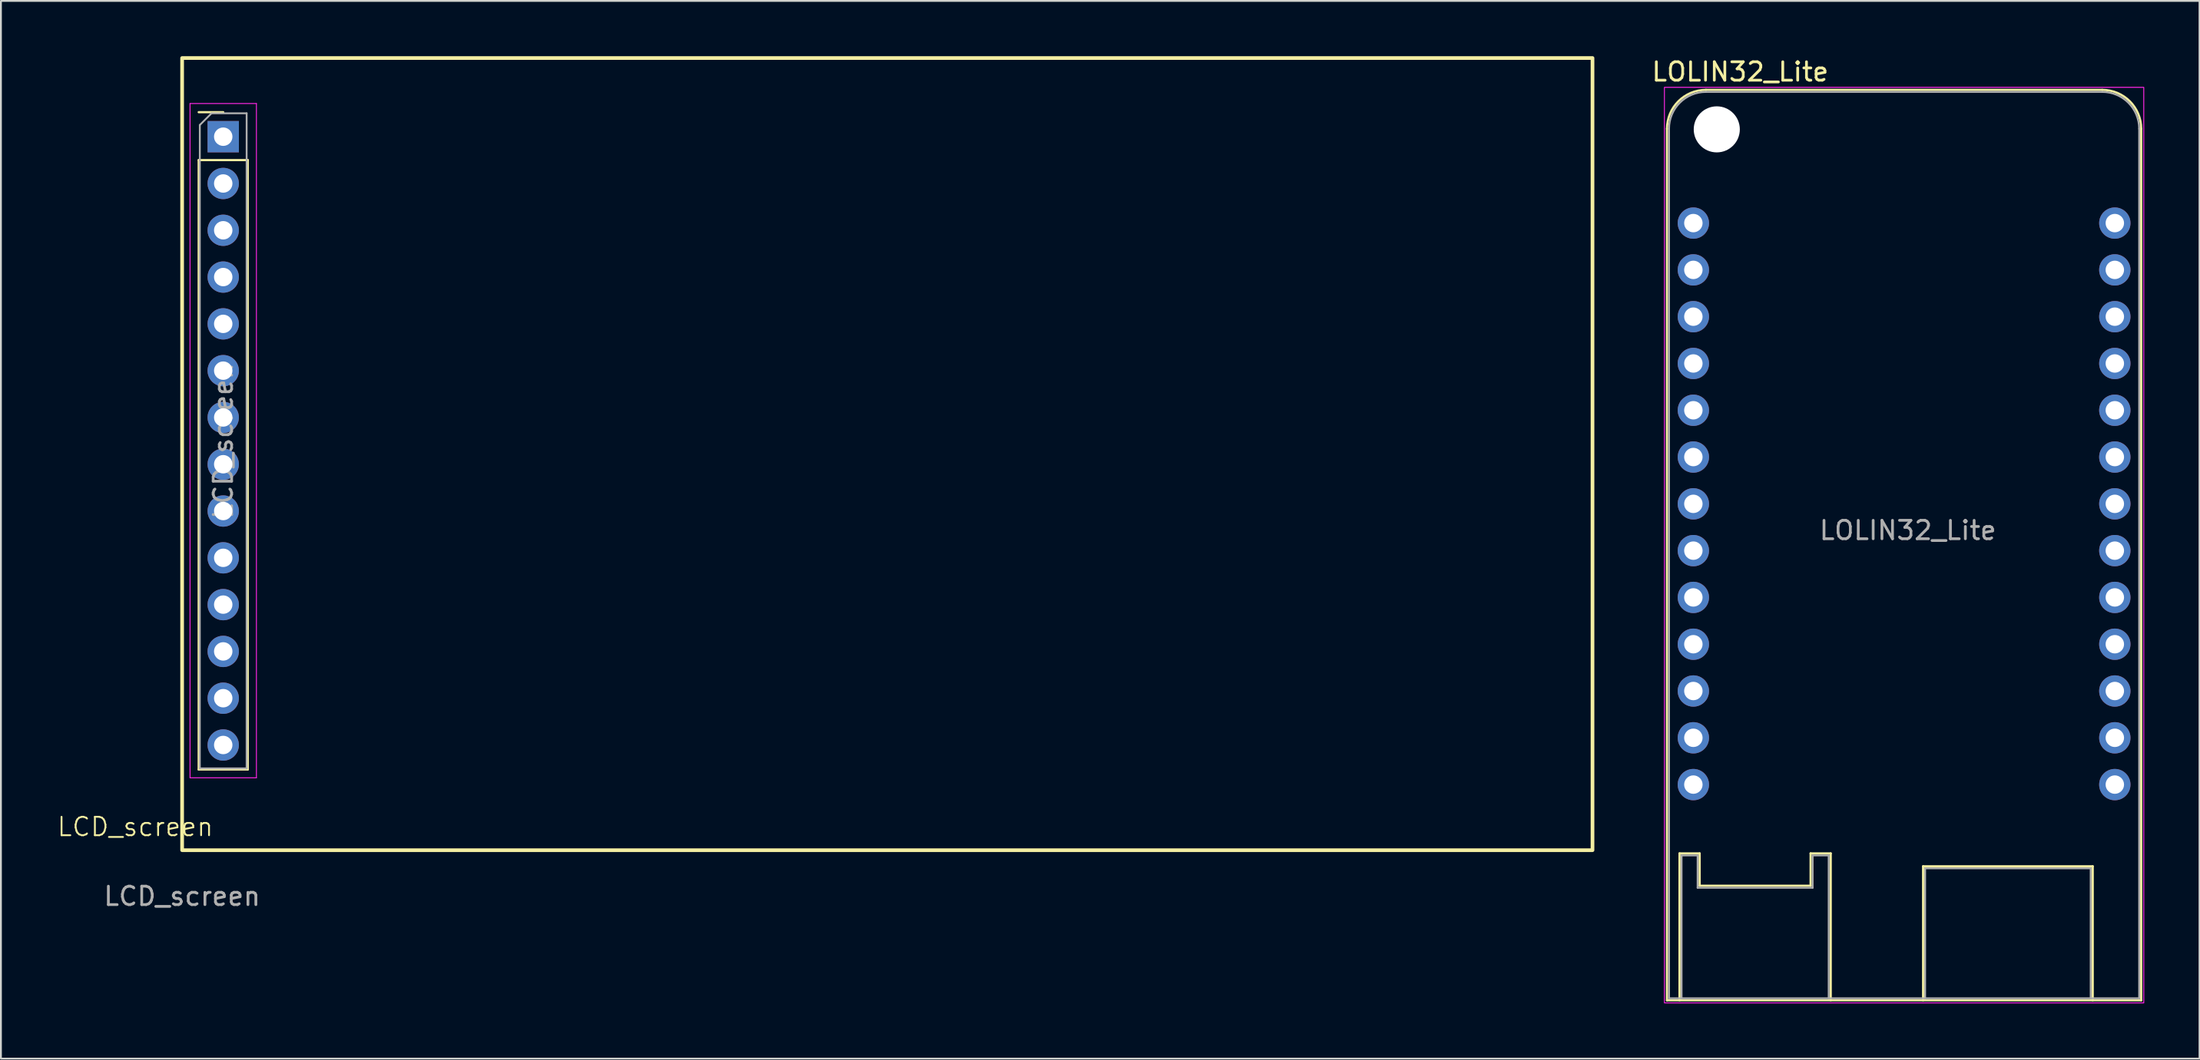
<source format=kicad_pcb>
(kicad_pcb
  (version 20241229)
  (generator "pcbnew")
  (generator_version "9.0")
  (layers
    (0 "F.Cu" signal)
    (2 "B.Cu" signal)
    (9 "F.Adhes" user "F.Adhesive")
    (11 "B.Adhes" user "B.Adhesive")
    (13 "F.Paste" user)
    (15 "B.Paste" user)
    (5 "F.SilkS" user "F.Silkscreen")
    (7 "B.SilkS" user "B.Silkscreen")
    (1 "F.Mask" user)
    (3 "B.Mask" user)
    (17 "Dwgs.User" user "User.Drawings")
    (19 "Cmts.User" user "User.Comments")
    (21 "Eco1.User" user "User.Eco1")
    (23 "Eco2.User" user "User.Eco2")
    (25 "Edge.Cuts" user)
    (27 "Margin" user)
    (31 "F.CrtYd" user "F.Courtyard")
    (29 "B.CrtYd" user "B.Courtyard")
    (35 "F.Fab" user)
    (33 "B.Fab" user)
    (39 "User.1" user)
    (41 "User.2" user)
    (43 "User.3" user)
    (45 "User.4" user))
  (footprint "LOLIN32_Lite"
    (layer "F.Cu")
    (at 88.799 9.06)
    (property "Reference" "LOLIN32_Lite" (at 2.54 -8.212 0) (unlocked yes) (layer "F.SilkS") (effects (font (size 1 1) (thickness 0.15))))
    (attr through_hole)
    (fp_line (start -1.43 42.19) (end -1.43 -5.12) (stroke (width 0.12) (type default)) (layer "F.SilkS"))
    (fp_line (start -1.43 42.19) (end 24.29 42.19) (stroke (width 0.12) (type default)) (layer "F.SilkS"))
    (fp_line (start -0.75 34.215) (end 0.34 34.215) (stroke (width 0.12) (type default)) (layer "F.SilkS"))
    (fp_line (start -0.75 42.19) (end -0.75 34.215) (stroke (width 0.12) (type default)) (layer "F.SilkS"))
    (fp_line (start 0.34 34.215) (end 0.34 35.97) (stroke (width 0.12) (type default)) (layer "F.SilkS"))
    (fp_line (start 0.34 35.97) (end 6.36 35.97) (stroke (width 0.12) (type default)) (layer "F.SilkS"))
    (fp_line (start 0.68 -7.23) (end 22.18 -7.23) (stroke (width 0.12) (type default)) (layer "F.SilkS"))
    (fp_line (start 6.36 34.215) (end 7.45 34.215) (stroke (width 0.12) (type default)) (layer "F.SilkS"))
    (fp_line (start 6.36 35.97) (end 6.36 34.215) (stroke (width 0.12) (type default)) (layer "F.SilkS"))
    (fp_line (start 7.45 34.215) (end 7.45 42.19) (stroke (width 0.12) (type default)) (layer "F.SilkS"))
    (fp_line (start 12.461 34.915) (end 21.661 34.915) (stroke (width 0.12) (type default)) (layer "F.SilkS"))
    (fp_line (start 12.461 42.19) (end 12.461 34.915) (stroke (width 0.12) (type default)) (layer "F.SilkS"))
    (fp_line (start 21.661 34.915) (end 21.661 42.19) (stroke (width 0.12) (type default)) (layer "F.SilkS"))
    (fp_line (start 24.29 42.19) (end 24.29 -5.12) (stroke (width 0.12) (type default)) (layer "F.SilkS"))
    (fp_arc (start -1.43 -5.12) (mid -0.811995 -6.611995) (end 0.68 -7.23) (stroke (width 0.12) (type default)) (layer "F.SilkS"))
    (fp_arc (start 22.18 -7.23) (mid 23.671995 -6.611995) (end 24.29 -5.12) (stroke (width 0.12) (type default)) (layer "F.SilkS"))
    (fp_rect (start -1.57 -7.37) (end 24.43 42.33) (stroke (width 0.05) (type default)) (fill no) (layer "F.CrtYd"))
    (fp_line (start -1.32 42.08) (end -1.32 -5.12) (stroke (width 0.1) (type default)) (layer "F.Fab"))
    (fp_line (start -1.32 42.08) (end 24.18 42.08) (stroke (width 0.1) (type default)) (layer "F.Fab"))
    (fp_line (start -0.64 34.325) (end -0.64 42.08) (stroke (width 0.1) (type default)) (layer "F.Fab"))
    (fp_line (start 0.23 34.325) (end -0.64 34.325) (stroke (width 0.1) (type default)) (layer "F.Fab"))
    (fp_line (start 0.23 34.325) (end 0.23 36.08) (stroke (width 0.1) (type default)) (layer "F.Fab"))
    (fp_line (start 0.23 36.08) (end 6.47 36.08) (stroke (width 0.1) (type default)) (layer "F.Fab"))
    (fp_line (start 0.68 -7.12) (end 22.18 -7.12) (stroke (width 0.1) (type default)) (layer "F.Fab"))
    (fp_line (start 6.47 34.325) (end 6.47 36.08) (stroke (width 0.1) (type default)) (layer "F.Fab"))
    (fp_line (start 7.34 34.325) (end 6.47 34.325) (stroke (width 0.1) (type default)) (layer "F.Fab"))
    (fp_line (start 7.34 34.325) (end 7.34 42.08) (stroke (width 0.1) (type default)) (layer "F.Fab"))
    (fp_line (start 12.571 35.025) (end 12.571 42.08) (stroke (width 0.1) (type default)) (layer "F.Fab"))
    (fp_line (start 21.551 35.025) (end 12.571 35.025) (stroke (width 0.1) (type default)) (layer "F.Fab"))
    (fp_line (start 21.551 35.025) (end 21.551 42.08) (stroke (width 0.1) (type default)) (layer "F.Fab"))
    (fp_line (start 24.18 42.08) (end 24.18 -5.12) (stroke (width 0.1) (type default)) (layer "F.Fab"))
    (fp_arc (start -1.32 -5.12) (mid -0.734214 -6.534214) (end 0.68 -7.12) (stroke (width 0.1) (type default)) (layer "F.Fab"))
    (fp_arc (start 22.18 -7.12) (mid 23.594214 -6.534214) (end 24.18 -5.12) (stroke (width 0.1) (type default)) (layer "F.Fab"))
    (fp_text user "${REFERENCE}" (at 11.634 16.68 0) (unlocked yes) (layer "F.Fab") (effects (font (size 1 1) (thickness 0.15))))
    (pad "" np_thru_hole circle (at 1.27 -5.088) (size 2.5 2.5) (drill 2.5) (layers "*.Cu" "*.Mask"))
    (pad "0" thru_hole circle (at 22.86 22.86) (size 1.7 1.7) (drill 1) (layers "*.Cu" "*.Mask"))
    (pad "2" thru_hole circle (at 22.86 25.4) (size 1.7 1.7) (drill 1) (layers "*.Cu" "*.Mask"))
    (pad "3V" thru_hole circle (at 22.86 0) (size 1.7 1.7) (drill 1) (layers "*.Cu" "*.Mask"))
    (pad "4" thru_hole circle (at 22.86 20.32) (size 1.7 1.7) (drill 1) (layers "*.Cu" "*.Mask"))
    (pad "5" thru_hole circle (at 22.86 12.7) (size 1.7 1.7) (drill 1) (layers "*.Cu" "*.Mask"))
    (pad "12" thru_hole circle (at 0 27.94) (size 1.7 1.7) (drill 1) (layers "*.Cu" "*.Mask"))
    (pad "13" thru_hole circle (at 22.86 30.48) (size 1.7 1.7) (drill 1) (layers "*.Cu" "*.Mask"))
    (pad "14" thru_hole circle (at 0 25.4) (size 1.7 1.7) (drill 1) (layers "*.Cu" "*.Mask"))
    (pad "15" thru_hole circle (at 22.86 27.94) (size 1.7 1.7) (drill 1) (layers "*.Cu" "*.Mask"))
    (pad "16" thru_hole circle (at 22.86 17.78) (size 1.7 1.7) (drill 1) (layers "*.Cu" "*.Mask"))
    (pad "17" thru_hole circle (at 22.86 15.24) (size 1.7 1.7) (drill 1) (layers "*.Cu" "*.Mask"))
    (pad "18" thru_hole circle (at 22.86 10.16) (size 1.7 1.7) (drill 1) (layers "*.Cu" "*.Mask"))
    (pad "19" thru_hole circle (at 22.86 5.08) (size 1.7 1.7) (drill 1) (layers "*.Cu" "*.Mask"))
    (pad "22" thru_hole circle (at 22.86 2.54) (size 1.7 1.7) (drill 1) (layers "*.Cu" "*.Mask"))
    (pad "23" thru_hole circle (at 22.86 7.62) (size 1.7 1.7) (drill 1) (layers "*.Cu" "*.Mask"))
    (pad "25" thru_hole circle (at 0 17.78) (size 1.7 1.7) (drill 1) (layers "*.Cu" "*.Mask"))
    (pad "26" thru_hole circle (at 0 20.32) (size 1.7 1.7) (drill 1) (layers "*.Cu" "*.Mask"))
    (pad "27" thru_hole circle (at 0 22.86) (size 1.7 1.7) (drill 1) (layers "*.Cu" "*.Mask"))
    (pad "32" thru_hole circle (at 0 12.7) (size 1.7 1.7) (drill 1) (layers "*.Cu" "*.Mask"))
    (pad "33" thru_hole circle (at 0 15.24) (size 1.7 1.7) (drill 1) (layers "*.Cu" "*.Mask"))
    (pad "34" thru_hole circle (at 0 7.62) (size 1.7 1.7) (drill 1) (layers "*.Cu" "*.Mask"))
    (pad "35" thru_hole circle (at 0 10.16) (size 1.7 1.7) (drill 1) (layers "*.Cu" "*.Mask"))
    (pad "36" thru_hole circle (at 0 0) (size 1.7 1.7) (drill 1) (layers "*.Cu" "*.Mask"))
    (pad "39" thru_hole circle (at 0 2.54) (size 1.7 1.7) (drill 1) (layers "*.Cu" "*.Mask"))
    (pad "EN" thru_hole circle (at 0 5.08) (size 1.7 1.7) (drill 1) (layers "*.Cu" "*.Mask"))
    (pad "G" thru_hole circle (at 0 30.48) (size 1.7 1.7) (drill 1) (layers "*.Cu" "*.Mask")))
  (footprint "LCD_screen"
    (layer "F.Cu")
    (at 6.828 43.1)
    (property "Reference" "LCD_screen" (at -2.54 -1.27 0) (unlocked yes) (layer "F.SilkS") (effects (font (size 1 1) (thickness 0.1))))
    (attr through_hole)
    (fp_line (start 0.9 -40.06) (end 2.23 -40.06) (stroke (width 0.12) (type solid)) (layer "F.SilkS"))
    (fp_line (start 0.9 -37.46) (end 0.9 -4.38) (stroke (width 0.12) (type solid)) (layer "F.SilkS"))
    (fp_line (start 0.9 -37.46) (end 3.56 -37.46) (stroke (width 0.12) (type solid)) (layer "F.SilkS"))
    (fp_line (start 0.9 -4.38) (end 3.56 -4.38) (stroke (width 0.12) (type solid)) (layer "F.SilkS"))
    (fp_line (start 3.56 -37.46) (end 3.56 -4.38) (stroke (width 0.12) (type solid)) (layer "F.SilkS"))
    (fp_rect (start 0 -43) (end 76.5 0) (stroke (width 0.2) (type default)) (fill no) (layer "F.SilkS"))
    (fp_line (start 0.43 -40.53) (end 0.43 -3.93) (stroke (width 0.05) (type solid)) (layer "F.CrtYd"))
    (fp_line (start 0.43 -3.93) (end 4.03 -3.93) (stroke (width 0.05) (type solid)) (layer "F.CrtYd"))
    (fp_line (start 4.03 -40.53) (end 0.43 -40.53) (stroke (width 0.05) (type solid)) (layer "F.CrtYd"))
    (fp_line (start 4.03 -3.93) (end 4.03 -40.53) (stroke (width 0.05) (type solid)) (layer "F.CrtYd"))
    (fp_line (start 0.96 -39.365) (end 1.595 -40) (stroke (width 0.1) (type solid)) (layer "F.Fab"))
    (fp_line (start 0.96 -4.44) (end 0.96 -39.365) (stroke (width 0.1) (type solid)) (layer "F.Fab"))
    (fp_line (start 1.595 -40) (end 3.5 -40) (stroke (width 0.1) (type solid)) (layer "F.Fab"))
    (fp_line (start 3.5 -40) (end 3.5 -4.44) (stroke (width 0.1) (type solid)) (layer "F.Fab"))
    (fp_line (start 3.5 -4.44) (end 0.96 -4.44) (stroke (width 0.1) (type solid)) (layer "F.Fab"))
    (fp_text user "${REFERENCE}" (at 2.23 -22.22 90) (layer "F.Fab") (effects (font (size 1 1) (thickness 0.15))))
    (fp_text user "${REFERENCE}" (at 0 2.5 0) (unlocked yes) (layer "F.Fab") (effects (font (size 1 1) (thickness 0.15))))
    (pad "1" thru_hole rect (at 2.23 -38.73) (size 1.7 1.7) (drill 1) (layers "*.Cu" "*.Mask"))
    (pad "2" thru_hole oval (at 2.23 -36.19) (size 1.7 1.7) (drill 1) (layers "*.Cu" "*.Mask"))
    (pad "3" thru_hole oval (at 2.23 -33.65) (size 1.7 1.7) (drill 1) (layers "*.Cu" "*.Mask"))
    (pad "4" thru_hole oval (at 2.23 -31.11) (size 1.7 1.7) (drill 1) (layers "*.Cu" "*.Mask"))
    (pad "5" thru_hole oval (at 2.23 -28.57) (size 1.7 1.7) (drill 1) (layers "*.Cu" "*.Mask"))
    (pad "6" thru_hole oval (at 2.23 -26.03) (size 1.7 1.7) (drill 1) (layers "*.Cu" "*.Mask"))
    (pad "7" thru_hole oval (at 2.23 -23.49) (size 1.7 1.7) (drill 1) (layers "*.Cu" "*.Mask"))
    (pad "8" thru_hole oval (at 2.23 -20.95) (size 1.7 1.7) (drill 1) (layers "*.Cu" "*.Mask"))
    (pad "9" thru_hole oval (at 2.23 -18.41) (size 1.7 1.7) (drill 1) (layers "*.Cu" "*.Mask"))
    (pad "10" thru_hole oval (at 2.23 -15.87) (size 1.7 1.7) (drill 1) (layers "*.Cu" "*.Mask"))
    (pad "11" thru_hole oval (at 2.23 -13.33) (size 1.7 1.7) (drill 1) (layers "*.Cu" "*.Mask"))
    (pad "12" thru_hole oval (at 2.23 -10.79) (size 1.7 1.7) (drill 1) (layers "*.Cu" "*.Mask"))
    (pad "13" thru_hole oval (at 2.23 -8.25) (size 1.7 1.7) (drill 1) (layers "*.Cu" "*.Mask"))
    (pad "14" thru_hole oval (at 2.23 -5.71) (size 1.7 1.7) (drill 1) (layers "*.Cu" "*.Mask")))
  (gr_rect
    (start -3 -3)
    (end 116.254 54.415)
    (stroke (width 0.1) (type default))
    (fill no)
    (layer "Edge.Cuts")))
</source>
